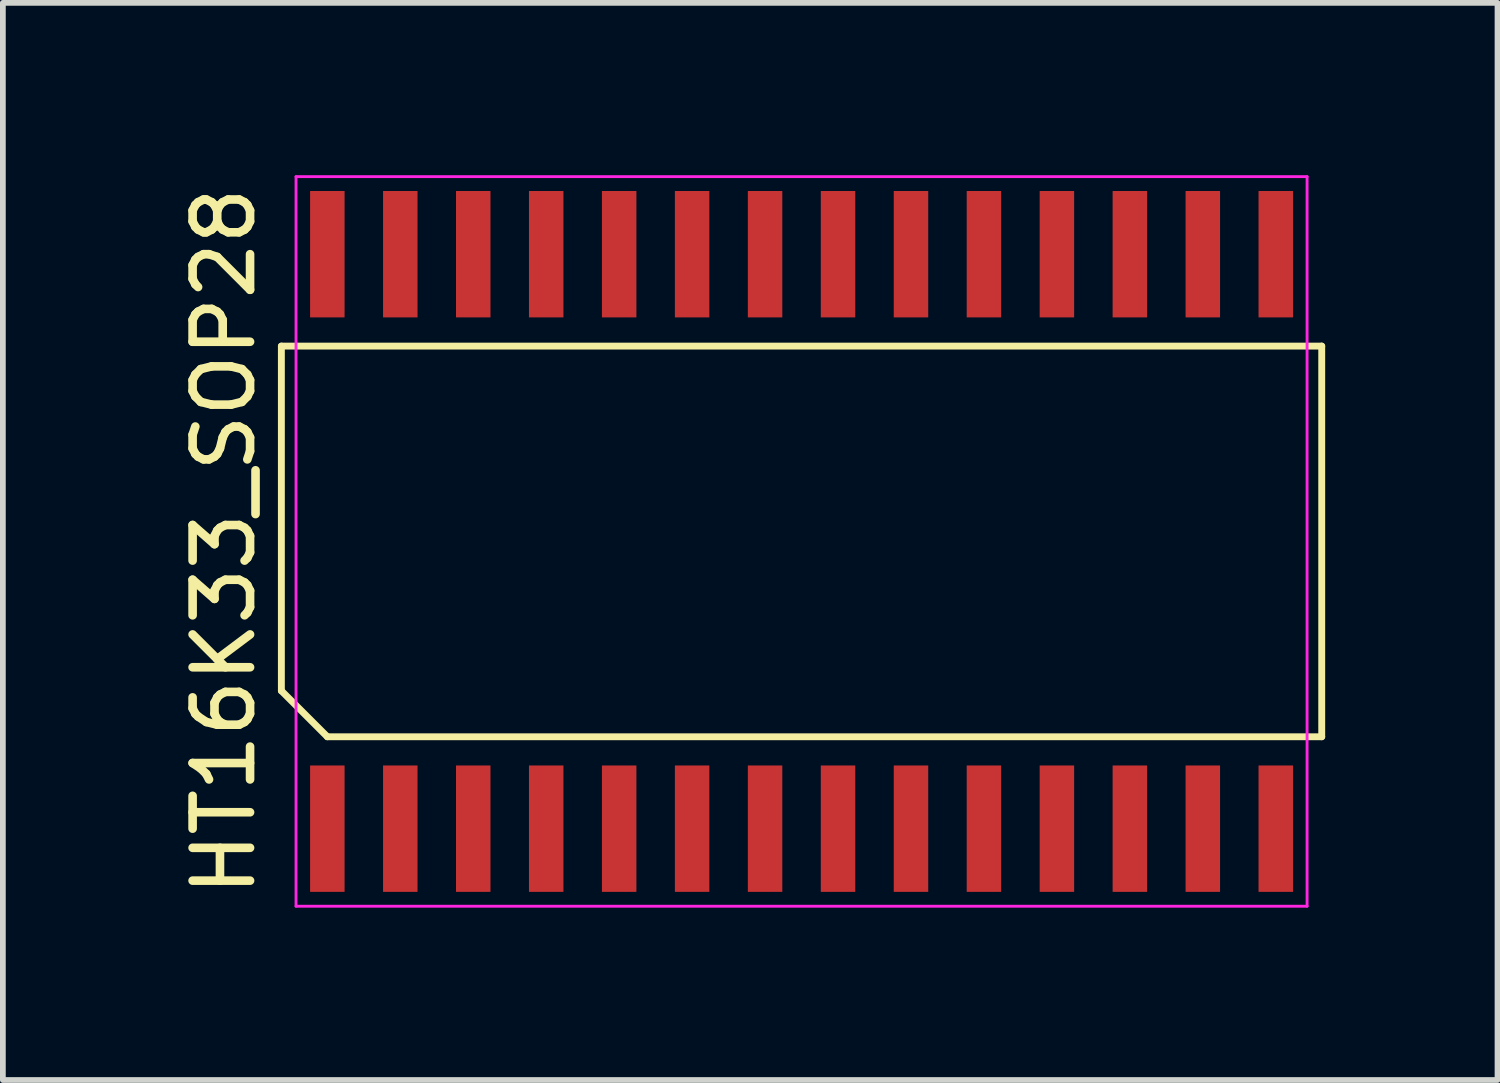
<source format=kicad_pcb>
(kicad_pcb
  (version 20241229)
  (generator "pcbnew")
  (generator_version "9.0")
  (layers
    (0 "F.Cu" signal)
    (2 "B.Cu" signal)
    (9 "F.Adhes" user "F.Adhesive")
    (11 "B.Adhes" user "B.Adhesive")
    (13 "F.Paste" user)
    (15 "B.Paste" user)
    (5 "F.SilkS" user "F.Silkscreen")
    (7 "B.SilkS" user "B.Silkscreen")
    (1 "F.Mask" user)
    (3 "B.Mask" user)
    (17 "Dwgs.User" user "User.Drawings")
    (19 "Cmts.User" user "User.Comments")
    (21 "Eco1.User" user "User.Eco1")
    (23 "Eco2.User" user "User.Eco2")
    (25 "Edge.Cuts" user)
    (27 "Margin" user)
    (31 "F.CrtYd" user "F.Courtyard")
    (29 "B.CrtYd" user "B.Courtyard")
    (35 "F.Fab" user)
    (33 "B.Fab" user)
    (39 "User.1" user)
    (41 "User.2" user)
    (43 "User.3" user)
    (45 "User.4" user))
  (footprint "HT16K33_SOP28"
    (layer "F.Cu")
    (at 10.903 6.375)
    (property "Reference" "HT16K33_SOP28" (at -10.055 0 90) (layer "F.SilkS") (effects (font (size 1 1) (thickness 0.15))))
    (attr smd)
    (fp_line (start -9.055 -3.4) (end 9.055 -3.4) (stroke (width 0.12) (type default)) (layer "F.SilkS"))
    (fp_line (start -9.055 2.6) (end -9.055 -3.4) (stroke (width 0.12) (type default)) (layer "F.SilkS"))
    (fp_line (start -8.255 3.4) (end -9.055 2.6) (stroke (width 0.12) (type default)) (layer "F.SilkS"))
    (fp_line (start 9.055 -3.4) (end 9.055 3.4) (stroke (width 0.12) (type default)) (layer "F.SilkS"))
    (fp_line (start 9.055 3.4) (end -8.255 3.4) (stroke (width 0.12) (type default)) (layer "F.SilkS"))
    (fp_line (start -8.8 -6.35) (end 8.8 -6.35) (stroke (width 0.05) (type default)) (layer "F.CrtYd"))
    (fp_line (start -8.8 6.35) (end -8.8 -6.35) (stroke (width 0.05) (type default)) (layer "F.CrtYd"))
    (fp_line (start 8.8 -6.35) (end 8.8 6.35) (stroke (width 0.05) (type default)) (layer "F.CrtYd"))
    (fp_line (start 8.8 6.35) (end -8.8 6.35) (stroke (width 0.05) (type default)) (layer "F.CrtYd"))
    (pad "1" smd rect (at -8.255 5) (size 0.6 2.2) (layers "F.Cu" "F.Mask" "F.Paste"))
    (pad "2" smd rect (at -6.985 5) (size 0.6 2.2) (layers "F.Cu" "F.Mask" "F.Paste"))
    (pad "3" smd rect (at -5.715 5) (size 0.6 2.2) (layers "F.Cu" "F.Mask" "F.Paste"))
    (pad "4" smd rect (at -4.445 5) (size 0.6 2.2) (layers "F.Cu" "F.Mask" "F.Paste"))
    (pad "5" smd rect (at -3.175 5) (size 0.6 2.2) (layers "F.Cu" "F.Mask" "F.Paste"))
    (pad "6" smd rect (at -1.905 5) (size 0.6 2.2) (layers "F.Cu" "F.Mask" "F.Paste"))
    (pad "7" smd rect (at -0.635 5) (size 0.6 2.2) (layers "F.Cu" "F.Mask" "F.Paste"))
    (pad "8" smd rect (at 0.635 5) (size 0.6 2.2) (layers "F.Cu" "F.Mask" "F.Paste"))
    (pad "9" smd rect (at 1.905 5) (size 0.6 2.2) (layers "F.Cu" "F.Mask" "F.Paste"))
    (pad "10" smd rect (at 3.175 5) (size 0.6 2.2) (layers "F.Cu" "F.Mask" "F.Paste"))
    (pad "11" smd rect (at 4.445 5) (size 0.6 2.2) (layers "F.Cu" "F.Mask" "F.Paste"))
    (pad "12" smd rect (at 5.715 5) (size 0.6 2.2) (layers "F.Cu" "F.Mask" "F.Paste"))
    (pad "13" smd rect (at 6.985 5) (size 0.6 2.2) (layers "F.Cu" "F.Mask" "F.Paste"))
    (pad "14" smd rect (at 8.255 5) (size 0.6 2.2) (layers "F.Cu" "F.Mask" "F.Paste"))
    (pad "15" smd rect (at 8.255 -5) (size 0.6 2.2) (layers "F.Cu" "F.Mask" "F.Paste"))
    (pad "16" smd rect (at 6.985 -5) (size 0.6 2.2) (layers "F.Cu" "F.Mask" "F.Paste"))
    (pad "17" smd rect (at 5.715 -5) (size 0.6 2.2) (layers "F.Cu" "F.Mask" "F.Paste"))
    (pad "18" smd rect (at 4.445 -5) (size 0.6 2.2) (layers "F.Cu" "F.Mask" "F.Paste"))
    (pad "19" smd rect (at 3.175 -5) (size 0.6 2.2) (layers "F.Cu" "F.Mask" "F.Paste"))
    (pad "20" smd rect (at 1.905 -5) (size 0.6 2.2) (layers "F.Cu" "F.Mask" "F.Paste"))
    (pad "21" smd rect (at 0.635 -5) (size 0.6 2.2) (layers "F.Cu" "F.Mask" "F.Paste"))
    (pad "22" smd rect (at -0.635 -5) (size 0.6 2.2) (layers "F.Cu" "F.Mask" "F.Paste"))
    (pad "23" smd rect (at -1.905 -5) (size 0.6 2.2) (layers "F.Cu" "F.Mask" "F.Paste"))
    (pad "24" smd rect (at -3.175 -5) (size 0.6 2.2) (layers "F.Cu" "F.Mask" "F.Paste"))
    (pad "25" smd rect (at -4.445 -5) (size 0.6 2.2) (layers "F.Cu" "F.Mask" "F.Paste"))
    (pad "26" smd rect (at -5.715 -5) (size 0.6 2.2) (layers "F.Cu" "F.Mask" "F.Paste"))
    (pad "27" smd rect (at -6.985 -5) (size 0.6 2.2) (layers "F.Cu" "F.Mask" "F.Paste"))
    (pad "28" smd rect (at -8.255 -5) (size 0.6 2.2) (layers "F.Cu" "F.Mask" "F.Paste")))
  (gr_rect
    (start -3 -3)
    (end 23.018 15.75)
    (stroke (width 0.1) (type default))
    (fill no)
    (layer "Edge.Cuts")))
</source>
